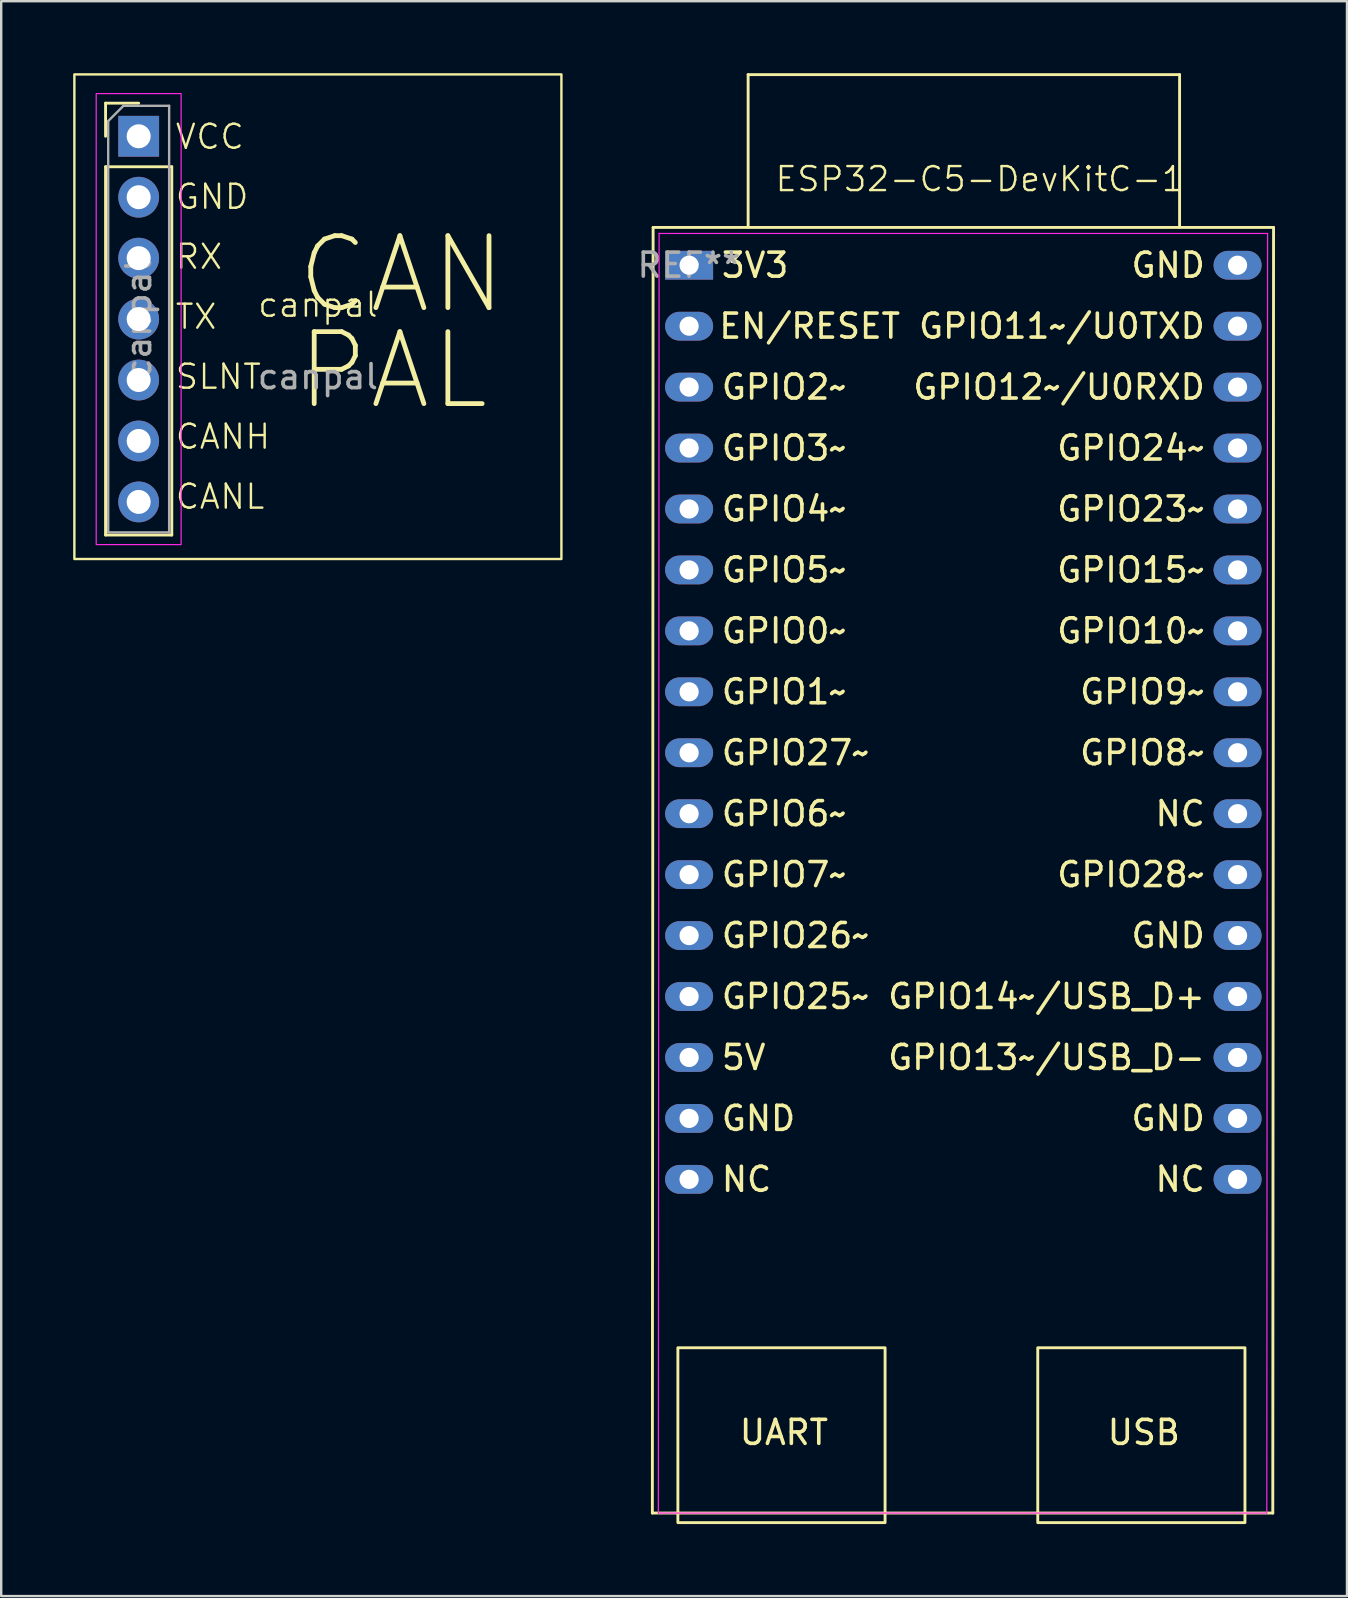
<source format=kicad_pcb>
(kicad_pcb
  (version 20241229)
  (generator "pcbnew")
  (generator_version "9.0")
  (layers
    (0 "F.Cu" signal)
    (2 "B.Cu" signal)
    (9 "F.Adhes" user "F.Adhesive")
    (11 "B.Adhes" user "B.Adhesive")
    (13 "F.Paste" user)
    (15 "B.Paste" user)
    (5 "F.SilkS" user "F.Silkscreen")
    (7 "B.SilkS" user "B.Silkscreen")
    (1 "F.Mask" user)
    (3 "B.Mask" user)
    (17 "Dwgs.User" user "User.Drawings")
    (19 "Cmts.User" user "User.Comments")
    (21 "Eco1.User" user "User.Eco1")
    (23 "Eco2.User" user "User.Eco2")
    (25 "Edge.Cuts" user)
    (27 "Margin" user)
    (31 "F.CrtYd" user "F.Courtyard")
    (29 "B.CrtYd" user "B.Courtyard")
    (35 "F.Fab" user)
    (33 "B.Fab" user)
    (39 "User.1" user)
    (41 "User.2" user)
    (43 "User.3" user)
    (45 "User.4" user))
  (footprint "canpal"
    (layer "F.Cu")
    (at 10.2 10.15)
    (property "Reference" "canpal" (at 0 -0.5 0) (unlocked yes) (layer "F.SilkS") (effects (font (size 1 1) (thickness 0.1))))
    (attr through_hole)
    (fp_line (start -8.85 -8.9) (end -7.47 -8.9) (stroke (width 0.12) (type solid)) (layer "F.SilkS"))
    (fp_line (start -8.85 -7.52) (end -8.85 -8.9) (stroke (width 0.12) (type solid)) (layer "F.SilkS"))
    (fp_line (start -8.85 -6.25) (end -8.85 9.1) (stroke (width 0.12) (type solid)) (layer "F.SilkS"))
    (fp_line (start -8.85 -6.25) (end -6.09 -6.25) (stroke (width 0.12) (type solid)) (layer "F.SilkS"))
    (fp_line (start -8.85 9.1) (end -6.09 9.1) (stroke (width 0.12) (type solid)) (layer "F.SilkS"))
    (fp_line (start -6.09 -6.25) (end -6.09 9.1) (stroke (width 0.12) (type solid)) (layer "F.SilkS"))
    (fp_rect (start -10.15 -10.1) (end 10.15 10.1) (stroke (width 0.1) (type solid)) (fill no) (layer "F.SilkS"))
    (fp_rect (start -9.24 -9.3) (end -5.7 9.5) (stroke (width 0.05) (type solid)) (fill no) (layer "F.CrtYd"))
    (fp_line (start -8.74 -8.155) (end -8.105 -8.79) (stroke (width 0.1) (type solid)) (layer "F.Fab"))
    (fp_line (start -8.74 8.99) (end -8.74 -8.155) (stroke (width 0.1) (type solid)) (layer "F.Fab"))
    (fp_line (start -8.105 -8.79) (end -6.2 -8.79) (stroke (width 0.1) (type solid)) (layer "F.Fab"))
    (fp_line (start -6.2 -8.79) (end -6.2 8.99) (stroke (width 0.1) (type solid)) (layer "F.Fab"))
    (fp_line (start -6.2 8.99) (end -8.74 8.99) (stroke (width 0.1) (type solid)) (layer "F.Fab"))
    (fp_text user "CANL" (at -6 7.5 0) (unlocked yes) (layer "F.SilkS") (effects (font (size 1 1) (thickness 0.1)) (justify left)))
    (fp_text user "PAL" (at -1 4 0) (unlocked yes) (layer "F.SilkS") (effects (font (size 3 3) (thickness 0.2) (bold yes)) (justify left bottom)))
    (fp_text user "GND" (at -6 -5 0) (unlocked yes) (layer "F.SilkS") (effects (font (size 1 1) (thickness 0.1)) (justify left)))
    (fp_text user "CANH" (at -6 5 0) (unlocked yes) (layer "F.SilkS") (effects (font (size 1 1) (thickness 0.1)) (justify left)))
    (fp_text user "VCC" (at -6 -7.5 0) (unlocked yes) (layer "F.SilkS") (effects (font (size 1 1) (thickness 0.1)) (justify left)))
    (fp_text user "RX" (at -6 -2.5 0) (unlocked yes) (layer "F.SilkS") (effects (font (size 1 1) (thickness 0.1)) (justify left)))
    (fp_text user "TX" (at -6 0 0) (unlocked yes) (layer "F.SilkS") (effects (font (size 1 1) (thickness 0.1)) (justify left)))
    (fp_text user "CAN " (at -1 0 0) (unlocked yes) (layer "F.SilkS") (effects (font (size 3 3) (thickness 0.2) (bold yes)) (justify left bottom)))
    (fp_text user "SLNT" (at -6 2.5 0) (unlocked yes) (layer "F.SilkS") (effects (font (size 1 1) (thickness 0.1)) (justify left)))
    (fp_text user "${REFERENCE}" (at -7.47 0.1 90) (layer "F.Fab") (effects (font (size 1 1) (thickness 0.15))))
    (fp_text user "${REFERENCE}" (at 0 2.5 0) (unlocked yes) (layer "F.Fab") (effects (font (size 1 1) (thickness 0.15))))
    (pad "1" thru_hole rect (at -7.47 -7.52) (size 1.7 1.7) (drill 1) (layers "*.Cu" "*.Mask"))
    (pad "2" thru_hole circle (at -7.47 -4.98) (size 1.7 1.7) (drill 1) (layers "*.Cu" "*.Mask"))
    (pad "3" thru_hole circle (at -7.47 -2.44) (size 1.7 1.7) (drill 1) (layers "*.Cu" "*.Mask"))
    (pad "4" thru_hole circle (at -7.47 0.1) (size 1.7 1.7) (drill 1) (layers "*.Cu" "*.Mask"))
    (pad "5" thru_hole circle (at -7.47 2.64) (size 1.7 1.7) (drill 1) (layers "*.Cu" "*.Mask"))
    (pad "6" thru_hole circle (at -7.47 5.18) (size 1.7 1.7) (drill 1) (layers "*.Cu" "*.Mask"))
    (pad "7" thru_hole circle (at -7.47 7.72) (size 1.7 1.7) (drill 1) (layers "*.Cu" "*.Mask")))
  (footprint "ESP32-C5-DevKitC-1"
    (layer "F.Cu")
    (at 25.632 8.01)
    (property "Reference" "ESP32-C5-DevKitC-1" (at 12.158 -3.596 0) (unlocked yes) (layer "F.SilkS") (effects (font (size 1 1) (thickness 0.1))))
    (attr through_hole)
    (fp_line (start -1.492 52.004) (end 24.368 52.004) (stroke (width 0.12) (type solid)) (layer "F.SilkS"))
    (fp_line (start -1.46 -1.58) (end -1.492 52.004) (stroke (width 0.12) (type solid)) (layer "F.SilkS"))
    (fp_line (start 2.5 -7.95) (end 20.483 -7.95) (stroke (width 0.12) (type solid)) (layer "F.SilkS"))
    (fp_line (start 2.5 -1.6) (end 2.5 -7.95) (stroke (width 0.12) (type solid)) (layer "F.SilkS"))
    (fp_line (start 20.483 -7.95) (end 20.483 -1.6) (stroke (width 0.12) (type solid)) (layer "F.SilkS"))
    (fp_line (start 24.368 52.004) (end 24.4 -1.58) (stroke (width 0.12) (type solid)) (layer "F.SilkS"))
    (fp_line (start 24.4 -1.58) (end -1.46 -1.58) (stroke (width 0.12) (type solid)) (layer "F.SilkS"))
    (fp_rect (start -0.428 45.114) (end 8.208 52.404) (stroke (width 0.12) (type solid)) (fill no) (layer "F.SilkS"))
    (fp_rect (start 14.572 45.114) (end 23.208 52.404) (stroke (width 0.12) (type solid)) (fill no) (layer "F.SilkS"))
    (fp_line (start -1.242 52.004) (end -1.21 -1.33) (stroke (width 0.05) (type solid)) (layer "F.CrtYd"))
    (fp_line (start -1.21 -1.33) (end 24.15 -1.33) (stroke (width 0.05) (type solid)) (layer "F.CrtYd"))
    (fp_line (start 24.118 52.004) (end -1.242 52.004) (stroke (width 0.05) (type solid)) (layer "F.CrtYd"))
    (fp_line (start 24.15 -1.33) (end 24.118 52.004) (stroke (width 0.05) (type solid)) (layer "F.CrtYd"))
    (fp_text user "USB" (at 18.992 49.229 0) (unlocked yes) (layer "F.SilkS") (effects (font (size 1 1) (thickness 0.15)) (justify bottom)))
    (fp_text user "GND" (at 1.31 35.555 0) (unlocked yes) (layer "F.SilkS") (effects (font (size 1 1) (thickness 0.15)) (justify left)))
    (fp_text user "3V3" (at 1.31 -0.005 0) (unlocked yes) (layer "F.SilkS") (effects (font (size 1 1) (thickness 0.15)) (justify left)))
    (fp_text user "GPIO15~" (at 21.63 12.695 0) (unlocked yes) (layer "F.SilkS") (effects (font (size 1 1) (thickness 0.15)) (justify right)))
    (fp_text user "GPIO25~" (at 1.31 30.475 0) (unlocked yes) (layer "F.SilkS") (effects (font (size 1 1) (thickness 0.15)) (justify left)))
    (fp_text user "GND" (at 21.63 35.555 0) (unlocked yes) (layer "F.SilkS") (effects (font (size 1 1) (thickness 0.15)) (justify right)))
    (fp_text user "GPIO0~" (at 1.31 15.235 0) (unlocked yes) (layer "F.SilkS") (effects (font (size 1 1) (thickness 0.15)) (justify left)))
    (fp_text user "GPIO11~/U0TXD" (at 21.63 2.535 0) (unlocked yes) (layer "F.SilkS") (effects (font (size 1 1) (thickness 0.15)) (justify right)))
    (fp_text user "GPIO5~" (at 1.31 12.695 0) (unlocked yes) (layer "F.SilkS") (effects (font (size 1 1) (thickness 0.15)) (justify left)))
    (fp_text user "UART" (at 3.992 49.229 0) (unlocked yes) (layer "F.SilkS") (effects (font (size 1 1) (thickness 0.15)) (justify bottom)))
    (fp_text user "5V" (at 1.31 33.015 0) (unlocked yes) (layer "F.SilkS") (effects (font (size 1 1) (thickness 0.15)) (justify left)))
    (fp_text user "GND" (at 21.63 -0.005 0) (unlocked yes) (layer "F.SilkS") (effects (font (size 1 1) (thickness 0.15)) (justify right)))
    (fp_text user "GPIO23~" (at 21.63 10.155 0) (unlocked yes) (layer "F.SilkS") (effects (font (size 1 1) (thickness 0.15)) (justify right)))
    (fp_text user "GPIO26~" (at 1.31 27.935 0) (unlocked yes) (layer "F.SilkS") (effects (font (size 1 1) (thickness 0.15)) (justify left)))
    (fp_text user "NC" (at 21.63 38.095 0) (unlocked yes) (layer "F.SilkS") (effects (font (size 1 1) (thickness 0.15)) (justify right)))
    (fp_text user "GPIO28~" (at 21.63 25.395 0) (unlocked yes) (layer "F.SilkS") (effects (font (size 1 1) (thickness 0.15)) (justify right)))
    (fp_text user "NC" (at 21.63 22.855 0) (unlocked yes) (layer "F.SilkS") (effects (font (size 1 1) (thickness 0.15)) (justify right)))
    (fp_text user "GPIO2~" (at 1.31 5.075 0) (unlocked yes) (layer "F.SilkS") (effects (font (size 1 1) (thickness 0.15)) (justify left)))
    (fp_text user "GPIO1~" (at 1.31 17.775 0) (unlocked yes) (layer "F.SilkS") (effects (font (size 1 1) (thickness 0.15)) (justify left)))
    (fp_text user "GPIO12~/U0RXD" (at 21.63 5.075 0) (unlocked yes) (layer "F.SilkS") (effects (font (size 1 1) (thickness 0.15)) (justify right)))
    (fp_text user "GPIO3~" (at 1.31 7.615 0) (unlocked yes) (layer "F.SilkS") (effects (font (size 1 1) (thickness 0.15)) (justify left)))
    (fp_text user "EN/RESET" (at 8.926 2.535 0) (unlocked yes) (layer "F.SilkS") (effects (font (size 1 1) (thickness 0.15)) (justify right)))
    (fp_text user "GPIO9~" (at 21.63 17.775 0) (unlocked yes) (layer "F.SilkS") (effects (font (size 1 1) (thickness 0.15)) (justify right)))
    (fp_text user "GPIO4~" (at 1.31 10.155 0) (unlocked yes) (layer "F.SilkS") (effects (font (size 1 1) (thickness 0.15)) (justify left)))
    (fp_text user "GND" (at 21.63 27.935 0) (unlocked yes) (layer "F.SilkS") (effects (font (size 1 1) (thickness 0.15)) (justify right)))
    (fp_text user "GPIO8~" (at 21.63 20.315 0) (unlocked yes) (layer "F.SilkS") (effects (font (size 1 1) (thickness 0.15)) (justify right)))
    (fp_text user "GPIO10~" (at 21.63 15.235 0) (unlocked yes) (layer "F.SilkS") (effects (font (size 1 1) (thickness 0.15)) (justify right)))
    (fp_text user "GPIO13~/USB_D-" (at 21.63 33.015 0) (unlocked yes) (layer "F.SilkS") (effects (font (size 1 1) (thickness 0.15)) (justify right)))
    (fp_text user "NC" (at 1.31 38.095 0) (unlocked yes) (layer "F.SilkS") (effects (font (size 1 1) (thickness 0.15)) (justify left)))
    (fp_text user "GPIO7~" (at 1.31 25.395 0) (unlocked yes) (layer "F.SilkS") (effects (font (size 1 1) (thickness 0.15)) (justify left)))
    (fp_text user "GPIO27~" (at 1.31 20.315 0) (unlocked yes) (layer "F.SilkS") (effects (font (size 1 1) (thickness 0.15)) (justify left)))
    (fp_text user "GPIO24~" (at 21.63 7.615 0) (unlocked yes) (layer "F.SilkS") (effects (font (size 1 1) (thickness 0.15)) (justify right)))
    (fp_text user "GPIO14~/USB_D+" (at 21.63 30.475 0) (unlocked yes) (layer "F.SilkS") (effects (font (size 1 1) (thickness 0.15)) (justify right)))
    (fp_text user "GPIO6~" (at 1.31 22.855 0) (unlocked yes) (layer "F.SilkS") (effects (font (size 1 1) (thickness 0.15)) (justify left)))
    (fp_text user "REF**" (at 0.036 -0.007 0) (layer "F.Fab") (effects (font (size 1 1) (thickness 0.15))))
    (pad "1" thru_hole rect (at 0.04 -0.005 270) (size 1.2 2) (drill 0.8) (layers "*.Cu" "*.Mask"))
    (pad "2" thru_hole oval (at 0.04 2.535 270) (size 1.2 2) (drill 0.8) (layers "*.Cu" "*.Mask"))
    (pad "3" thru_hole oval (at 0.04 5.075 270) (size 1.2 2) (drill 0.8) (layers "*.Cu" "*.Mask"))
    (pad "4" thru_hole oval (at 0.04 7.615 270) (size 1.2 2) (drill 0.8) (layers "*.Cu" "*.Mask"))
    (pad "5" thru_hole oval (at 0.04 10.155 270) (size 1.2 2) (drill 0.8) (layers "*.Cu" "*.Mask"))
    (pad "6" thru_hole oval (at 0.04 12.695 270) (size 1.2 2) (drill 0.8) (layers "*.Cu" "*.Mask"))
    (pad "7" thru_hole oval (at 0.04 15.235 270) (size 1.2 2) (drill 0.8) (layers "*.Cu" "*.Mask"))
    (pad "8" thru_hole oval (at 0.04 17.775 270) (size 1.2 2) (drill 0.8) (layers "*.Cu" "*.Mask"))
    (pad "9" thru_hole oval (at 0.04 20.315 270) (size 1.2 2) (drill 0.8) (layers "*.Cu" "*.Mask"))
    (pad "10" thru_hole oval (at 0.04 22.855 270) (size 1.2 2) (drill 0.8) (layers "*.Cu" "*.Mask"))
    (pad "11" thru_hole oval (at 0.04 25.395 270) (size 1.2 2) (drill 0.8) (layers "*.Cu" "*.Mask"))
    (pad "12" thru_hole oval (at 0.04 27.935 270) (size 1.2 2) (drill 0.8) (layers "*.Cu" "*.Mask"))
    (pad "13" thru_hole oval (at 0.04 30.475 270) (size 1.2 2) (drill 0.8) (layers "*.Cu" "*.Mask"))
    (pad "14" thru_hole oval (at 0.04 33.015 270) (size 1.2 2) (drill 0.8) (layers "*.Cu" "*.Mask"))
    (pad "15" thru_hole oval (at 0.04 35.555 270) (size 1.2 2) (drill 0.8) (layers "*.Cu" "*.Mask"))
    (pad "16" thru_hole oval (at 0.04 38.095 270) (size 1.2 2) (drill 0.8) (layers "*.Cu" "*.Mask"))
    (pad "17" thru_hole oval (at 22.9 38.095 270) (size 1.2 2) (drill 0.8) (layers "*.Cu" "*.Mask"))
    (pad "18" thru_hole oval (at 22.9 35.555 270) (size 1.2 2) (drill 0.8) (layers "*.Cu" "*.Mask"))
    (pad "19" thru_hole oval (at 22.9 33.015 270) (size 1.2 2) (drill 0.8) (layers "*.Cu" "*.Mask"))
    (pad "20" thru_hole oval (at 22.9 30.475 270) (size 1.2 2) (drill 0.8) (layers "*.Cu" "*.Mask"))
    (pad "21" thru_hole oval (at 22.9 27.935 270) (size 1.2 2) (drill 0.8) (layers "*.Cu" "*.Mask"))
    (pad "22" thru_hole oval (at 22.9 25.395 270) (size 1.2 2) (drill 0.8) (layers "*.Cu" "*.Mask"))
    (pad "23" thru_hole oval (at 22.9 22.855 270) (size 1.2 2) (drill 0.8) (layers "*.Cu" "*.Mask"))
    (pad "24" thru_hole oval (at 22.9 20.315 270) (size 1.2 2) (drill 0.8) (layers "*.Cu" "*.Mask"))
    (pad "25" thru_hole oval (at 22.9 17.775 270) (size 1.2 2) (drill 0.8) (layers "*.Cu" "*.Mask"))
    (pad "26" thru_hole oval (at 22.9 15.235 270) (size 1.2 2) (drill 0.8) (layers "*.Cu" "*.Mask"))
    (pad "27" thru_hole oval (at 22.9 12.695 270) (size 1.2 2) (drill 0.8) (layers "*.Cu" "*.Mask"))
    (pad "28" thru_hole oval (at 22.9 10.155 270) (size 1.2 2) (drill 0.8) (layers "*.Cu" "*.Mask"))
    (pad "29" thru_hole oval (at 22.9 7.615 270) (size 1.2 2) (drill 0.8) (layers "*.Cu" "*.Mask"))
    (pad "30" thru_hole oval (at 22.9 5.075 270) (size 1.2 2) (drill 0.8) (layers "*.Cu" "*.Mask"))
    (pad "31" thru_hole oval (at 22.9 2.535 270) (size 1.2 2) (drill 0.8) (layers "*.Cu" "*.Mask"))
    (pad "32" thru_hole oval (at 22.9 -0.005 270) (size 1.2 2) (drill 0.8) (layers "*.Cu" "*.Mask")))
  (gr_rect
    (start -3 -3)
    (end 53.092 63.474)
    (stroke (width 0.1) (type default))
    (fill no)
    (layer "Edge.Cuts")))
</source>
